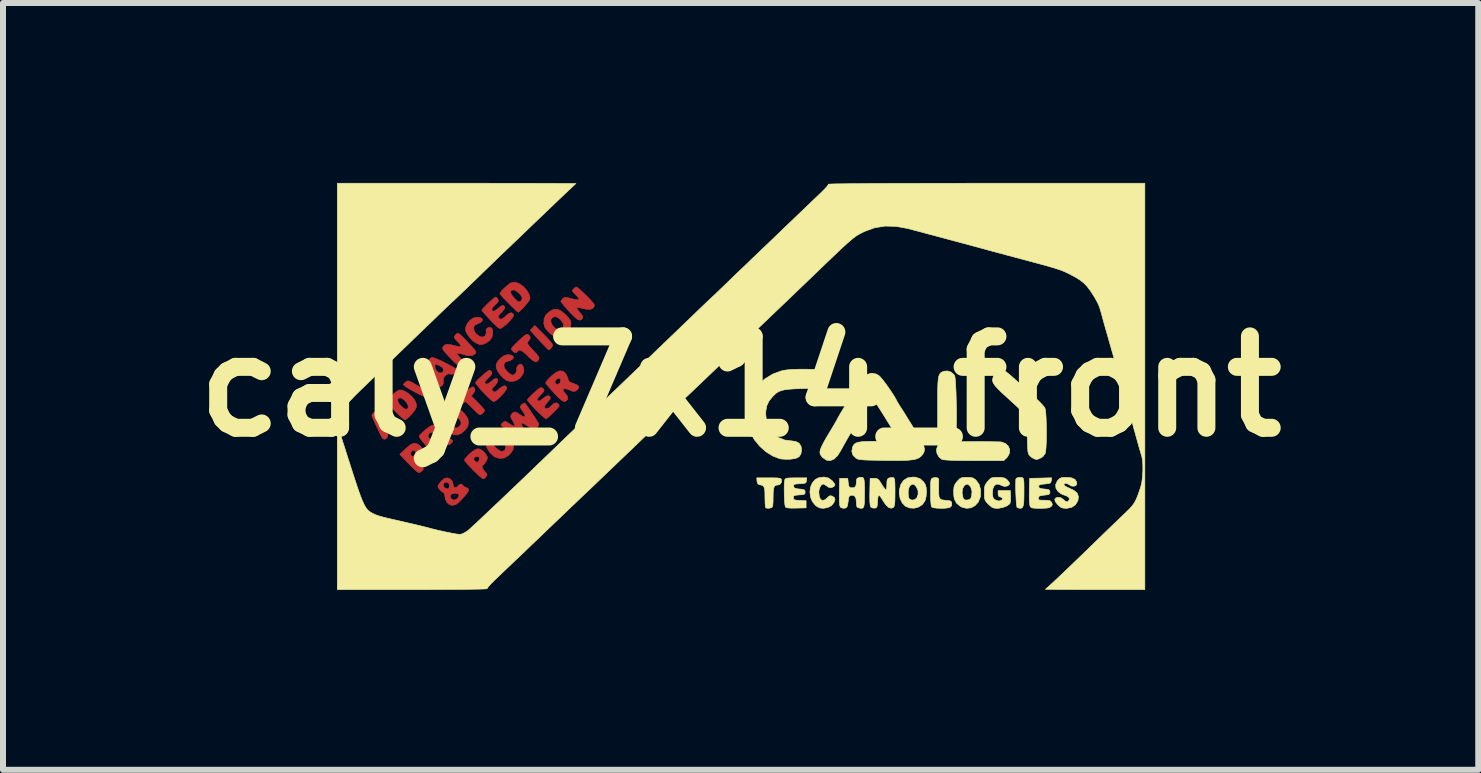
<source format=kicad_pcb>
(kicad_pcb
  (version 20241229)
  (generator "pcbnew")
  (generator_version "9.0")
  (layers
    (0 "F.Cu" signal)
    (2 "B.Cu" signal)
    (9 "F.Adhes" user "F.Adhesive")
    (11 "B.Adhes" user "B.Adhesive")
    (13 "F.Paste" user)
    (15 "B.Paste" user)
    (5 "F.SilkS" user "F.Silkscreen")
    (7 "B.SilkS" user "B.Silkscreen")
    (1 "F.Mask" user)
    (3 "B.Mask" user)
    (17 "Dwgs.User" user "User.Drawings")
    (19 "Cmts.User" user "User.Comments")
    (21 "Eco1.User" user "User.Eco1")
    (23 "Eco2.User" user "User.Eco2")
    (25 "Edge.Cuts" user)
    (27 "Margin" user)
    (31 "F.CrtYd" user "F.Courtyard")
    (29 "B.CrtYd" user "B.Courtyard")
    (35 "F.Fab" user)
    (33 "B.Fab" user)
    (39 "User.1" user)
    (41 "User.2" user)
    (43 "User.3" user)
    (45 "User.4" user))
  (footprint "caly_7x14_front"
    (layer "F.Cu")
    (at 9.296 3.392)
    (property "Reference" "caly_7x14_front" (at 0 0 0) (layer "F.SilkS") (effects (font (size 1.524 1.524) (thickness 0.3))))
    (attr through_hole)
    (fp_poly (pts (xy -3.282 -0.869) (xy -3.223 -0.808) (xy -3.175 -0.753) (xy -3.144 -0.712) (xy -3.133 -0.688) (xy -3.145 -0.655) (xy -3.172 -0.624) (xy -3.2 -0.61) (xy -3.215 -0.622) (xy -3.246 -0.653) (xy -3.29 -0.698) (xy -3.319 -0.729) (xy -3.372 -0.787) (xy -3.421 -0.84) (xy -3.457 -0.88) (xy -3.468 -0.892) (xy -3.507 -0.936) (xy -3.469 -0.976) (xy -3.431 -1.017) (xy -3.282 -0.869)) (stroke (width 0.01) (type solid)) (fill yes) (layer "F.Cu"))
    (fp_poly (pts (xy -4.431 0.032) (xy -4.429 0.071) (xy -4.453 0.113) (xy -4.489 0.159) (xy -4.378 0.27) (xy -4.329 0.321) (xy -4.292 0.364) (xy -4.27 0.393) (xy -4.267 0.4) (xy -4.28 0.426) (xy -4.308 0.454) (xy -4.338 0.473) (xy -4.346 0.474) (xy -4.365 0.463) (xy -4.4 0.432) (xy -4.446 0.388) (xy -4.469 0.364) (xy -4.517 0.315) (xy -4.558 0.278) (xy -4.583 0.257) (xy -4.589 0.254) (xy -4.609 0.266) (xy -4.623 0.279) (xy -4.655 0.3) (xy -4.691 0.3) (xy -4.722 0.284) (xy -4.736 0.257) (xy -4.73 0.231) (xy -4.705 0.199) (xy -4.665 0.158) (xy -4.615 0.113) (xy -4.563 0.069) (xy -4.515 0.033) (xy -4.478 0.011) (xy -4.461 0.006) (xy -4.431 0.032)) (stroke (width 0.01) (type solid)) (fill yes) (layer "F.Cu"))
    (fp_poly (pts (xy -3.539 -0.864) (xy -3.51 -0.833) (xy -3.509 -0.793) (xy -3.531 -0.762) (xy -3.549 -0.742) (xy -3.552 -0.721) (xy -3.538 -0.692) (xy -3.505 -0.651) (xy -3.453 -0.595) (xy -3.403 -0.542) (xy -3.374 -0.506) (xy -3.362 -0.481) (xy -3.362 -0.46) (xy -3.368 -0.447) (xy -3.389 -0.417) (xy -3.418 -0.41) (xy -3.458 -0.429) (xy -3.512 -0.473) (xy -3.548 -0.508) (xy -3.614 -0.569) (xy -3.664 -0.602) (xy -3.698 -0.607) (xy -3.719 -0.584) (xy -3.719 -0.584) (xy -3.741 -0.561) (xy -3.773 -0.568) (xy -3.803 -0.594) (xy -3.816 -0.611) (xy -3.82 -0.626) (xy -3.812 -0.645) (xy -3.787 -0.674) (xy -3.744 -0.717) (xy -3.704 -0.756) (xy -3.644 -0.812) (xy -3.603 -0.847) (xy -3.574 -0.865) (xy -3.554 -0.869) (xy -3.539 -0.864)) (stroke (width 0.01) (type solid)) (fill yes) (layer "F.Cu"))
    (fp_poly (pts (xy -5.366 0.973) (xy -5.335 1) (xy -5.294 1.055) (xy -5.287 1.109) (xy -5.312 1.164) (xy -5.326 1.182) (xy -5.358 1.228) (xy -5.364 1.263) (xy -5.343 1.301) (xy -5.323 1.324) (xy -5.294 1.356) (xy -5.288 1.376) (xy -5.301 1.397) (xy -5.308 1.405) (xy -5.341 1.43) (xy -5.366 1.437) (xy -5.388 1.425) (xy -5.427 1.392) (xy -5.478 1.344) (xy -5.535 1.286) (xy -5.537 1.284) (xy -5.681 1.132) (xy -5.662 1.114) (xy -5.502 1.114) (xy -5.497 1.144) (xy -5.477 1.166) (xy -5.45 1.162) (xy -5.429 1.137) (xy -5.422 1.113) (xy -5.423 1.079) (xy -5.441 1.067) (xy -5.452 1.067) (xy -5.487 1.08) (xy -5.502 1.114) (xy -5.662 1.114) (xy -5.585 1.04) (xy -5.518 0.982) (xy -5.462 0.952) (xy -5.413 0.949) (xy -5.366 0.973)) (stroke (width 0.01) (type solid)) (fill yes) (layer "F.Cu"))
    (fp_poly (pts (xy -4.336 -1.147) (xy -4.306 -1.125) (xy -4.306 -1.097) (xy -4.335 -1.067) (xy -4.386 -1.043) (xy -4.429 -1.023) (xy -4.447 -0.994) (xy -4.451 -0.976) (xy -4.441 -0.924) (xy -4.406 -0.874) (xy -4.353 -0.835) (xy -4.337 -0.827) (xy -4.291 -0.824) (xy -4.256 -0.847) (xy -4.24 -0.889) (xy -4.242 -0.915) (xy -4.243 -0.951) (xy -4.219 -0.974) (xy -4.211 -0.978) (xy -4.17 -0.986) (xy -4.144 -0.967) (xy -4.133 -0.918) (xy -4.132 -0.89) (xy -4.145 -0.819) (xy -4.185 -0.763) (xy -4.246 -0.722) (xy -4.305 -0.699) (xy -4.356 -0.7) (xy -4.414 -0.725) (xy -4.464 -0.761) (xy -4.515 -0.814) (xy -4.557 -0.872) (xy -4.582 -0.923) (xy -4.583 -0.926) (xy -4.582 -0.987) (xy -4.556 -1.049) (xy -4.511 -1.103) (xy -4.454 -1.141) (xy -4.394 -1.155) (xy -4.336 -1.147)) (stroke (width 0.01) (type solid)) (fill yes) (layer "F.Cu"))
    (fp_poly (pts (xy -5.317 -0.295) (xy -5.301 -0.27) (xy -5.275 -0.223) (xy -5.243 -0.161) (xy -5.21 -0.091) (xy -5.179 -0.023) (xy -5.153 0.037) (xy -5.135 0.082) (xy -5.131 0.1) (xy -5.145 0.139) (xy -5.18 0.171) (xy -5.222 0.185) (xy -5.225 0.185) (xy -5.252 0.177) (xy -5.302 0.156) (xy -5.367 0.125) (xy -5.439 0.088) (xy -5.51 0.049) (xy -5.567 0.014) (xy -5.606 -0.013) (xy -5.621 -0.029) (xy -5.622 -0.029) (xy -5.609 -0.053) (xy -5.58 -0.077) (xy -5.558 -0.09) (xy -5.537 -0.092) (xy -5.508 -0.083) (xy -5.465 -0.06) (xy -5.423 -0.035) (xy -5.367 -0.003) (xy -5.323 0.021) (xy -5.297 0.033) (xy -5.295 0.034) (xy -5.284 0.025) (xy -5.291 -0.005) (xy -5.316 -0.058) (xy -5.342 -0.104) (xy -5.372 -0.158) (xy -5.394 -0.202) (xy -5.402 -0.227) (xy -5.402 -0.227) (xy -5.391 -0.255) (xy -5.365 -0.282) (xy -5.336 -0.297) (xy -5.317 -0.295)) (stroke (width 0.01) (type solid)) (fill yes) (layer "F.Cu"))
    (fp_poly (pts (xy -4.714 0.366) (xy -4.64 0.417) (xy -4.605 0.454) (xy -4.564 0.505) (xy -4.544 0.546) (xy -4.538 0.592) (xy -4.538 0.6) (xy -4.544 0.654) (xy -4.567 0.698) (xy -4.593 0.727) (xy -4.658 0.783) (xy -4.718 0.808) (xy -4.779 0.805) (xy -4.85 0.773) (xy -4.854 0.77) (xy -4.927 0.712) (xy -4.973 0.643) (xy -4.993 0.57) (xy -4.991 0.545) (xy -4.877 0.545) (xy -4.865 0.576) (xy -4.836 0.617) (xy -4.799 0.657) (xy -4.763 0.686) (xy -4.74 0.694) (xy -4.712 0.684) (xy -4.688 0.666) (xy -4.661 0.631) (xy -4.662 0.591) (xy -4.685 0.549) (xy -4.714 0.517) (xy -4.755 0.485) (xy -4.796 0.462) (xy -4.815 0.457) (xy -4.839 0.471) (xy -4.862 0.502) (xy -4.876 0.537) (xy -4.877 0.545) (xy -4.991 0.545) (xy -4.988 0.498) (xy -4.956 0.433) (xy -4.898 0.381) (xy -4.863 0.363) (xy -4.788 0.348) (xy -4.714 0.366)) (stroke (width 0.01) (type solid)) (fill yes) (layer "F.Cu"))
    (fp_poly (pts (xy -3.989 0.75) (xy -3.944 0.77) (xy -3.901 0.803) (xy -3.854 0.852) (xy -3.814 0.908) (xy -3.802 0.929) (xy -3.784 0.995) (xy -3.794 1.056) (xy -3.835 1.116) (xy -3.872 1.152) (xy -3.942 1.193) (xy -4.017 1.201) (xy -4.093 1.177) (xy -4.107 1.169) (xy -4.179 1.105) (xy -4.228 1.025) (xy -4.246 0.954) (xy -4.247 0.941) (xy -4.132 0.941) (xy -4.119 0.976) (xy -4.086 1.017) (xy -4.044 1.054) (xy -4.002 1.079) (xy -3.982 1.084) (xy -3.945 1.073) (xy -3.932 1.063) (xy -3.913 1.023) (xy -3.923 0.972) (xy -3.96 0.917) (xy -3.961 0.916) (xy -4.01 0.878) (xy -4.059 0.864) (xy -4.1 0.875) (xy -4.126 0.907) (xy -4.132 0.941) (xy -4.247 0.941) (xy -4.249 0.91) (xy -4.241 0.878) (xy -4.217 0.844) (xy -4.187 0.813) (xy -4.142 0.773) (xy -4.106 0.752) (xy -4.063 0.745) (xy -4.044 0.745) (xy -3.989 0.75)) (stroke (width 0.01) (type solid)) (fill yes) (layer "F.Cu"))
    (fp_poly (pts (xy -3.002 -1.265) (xy -2.936 -1.213) (xy -2.918 -1.196) (xy -2.87 -1.146) (xy -2.843 -1.108) (xy -2.83 -1.075) (xy -2.828 -1.043) (xy -2.842 -0.957) (xy -2.883 -0.891) (xy -2.946 -0.848) (xy -3.029 -0.83) (xy -3.036 -0.83) (xy -3.085 -0.833) (xy -3.122 -0.844) (xy -3.16 -0.871) (xy -3.195 -0.902) (xy -3.24 -0.95) (xy -3.265 -0.989) (xy -3.277 -1.034) (xy -3.279 -1.051) (xy -3.278 -1.079) (xy -3.164 -1.079) (xy -3.139 -1.023) (xy -3.095 -0.974) (xy -3.046 -0.949) (xy -3 -0.95) (xy -2.989 -0.956) (xy -2.96 -0.984) (xy -2.949 -1.006) (xy -2.956 -1.047) (xy -2.985 -1.094) (xy -3.029 -1.137) (xy -3.04 -1.145) (xy -3.08 -1.163) (xy -3.117 -1.158) (xy -3.125 -1.154) (xy -3.159 -1.124) (xy -3.164 -1.079) (xy -3.278 -1.079) (xy -3.276 -1.13) (xy -3.246 -1.193) (xy -3.187 -1.247) (xy -3.185 -1.248) (xy -3.121 -1.282) (xy -3.062 -1.288) (xy -3.002 -1.265)) (stroke (width 0.01) (type solid)) (fill yes) (layer "F.Cu"))
    (fp_poly (pts (xy -5.864 0.482) (xy -5.79 0.522) (xy -5.728 0.558) (xy -5.683 0.586) (xy -5.661 0.604) (xy -5.66 0.605) (xy -5.662 0.639) (xy -5.689 0.664) (xy -5.732 0.673) (xy -5.751 0.672) (xy -5.804 0.678) (xy -5.849 0.708) (xy -5.876 0.753) (xy -5.879 0.79) (xy -5.883 0.833) (xy -5.904 0.866) (xy -5.933 0.88) (xy -5.962 0.872) (xy -5.972 0.859) (xy -5.991 0.826) (xy -6.017 0.773) (xy -6.048 0.709) (xy -6.08 0.642) (xy -6.109 0.578) (xy -6.11 0.577) (xy -6.006 0.577) (xy -5.979 0.617) (xy -5.975 0.621) (xy -5.944 0.646) (xy -5.921 0.645) (xy -5.915 0.641) (xy -5.896 0.618) (xy -5.893 0.609) (xy -5.907 0.581) (xy -5.939 0.555) (xy -5.974 0.542) (xy -5.979 0.542) (xy -6.006 0.551) (xy -6.006 0.577) (xy -6.11 0.577) (xy -6.132 0.525) (xy -6.145 0.492) (xy -6.147 0.485) (xy -6.135 0.459) (xy -6.107 0.426) (xy -6.103 0.422) (xy -6.06 0.381) (xy -5.864 0.482)) (stroke (width 0.01) (type solid)) (fill yes) (layer "F.Cu"))
    (fp_poly (pts (xy -5.646 0.061) (xy -5.59 0.084) (xy -5.53 0.124) (xy -5.474 0.174) (xy -5.432 0.23) (xy -5.426 0.24) (xy -5.405 0.295) (xy -5.405 0.344) (xy -5.43 0.395) (xy -5.48 0.457) (xy -5.489 0.467) (xy -5.533 0.511) (xy -5.571 0.544) (xy -5.594 0.559) (xy -5.596 0.559) (xy -5.614 0.547) (xy -5.651 0.516) (xy -5.701 0.47) (xy -5.759 0.413) (xy -5.764 0.407) (xy -5.831 0.337) (xy -5.874 0.286) (xy -5.896 0.252) (xy -5.898 0.238) (xy -5.718 0.238) (xy -5.697 0.282) (xy -5.662 0.324) (xy -5.61 0.369) (xy -5.572 0.383) (xy -5.548 0.367) (xy -5.54 0.341) (xy -5.548 0.302) (xy -5.577 0.258) (xy -5.616 0.219) (xy -5.656 0.194) (xy -5.681 0.19) (xy -5.713 0.206) (xy -5.718 0.238) (xy -5.898 0.238) (xy -5.899 0.233) (xy -5.898 0.232) (xy -5.874 0.203) (xy -5.832 0.163) (xy -5.782 0.121) (xy -5.734 0.085) (xy -5.698 0.062) (xy -5.691 0.06) (xy -5.646 0.061)) (stroke (width 0.01) (type solid)) (fill yes) (layer "F.Cu"))
    (fp_poly (pts (xy -3.829 -0.524) (xy -3.802 -0.508) (xy -3.785 -0.489) (xy -3.791 -0.469) (xy -3.804 -0.455) (xy -3.84 -0.43) (xy -3.869 -0.423) (xy -3.916 -0.411) (xy -3.942 -0.38) (xy -3.945 -0.336) (xy -3.925 -0.287) (xy -3.882 -0.238) (xy -3.882 -0.238) (xy -3.842 -0.208) (xy -3.81 -0.189) (xy -3.8 -0.186) (xy -3.769 -0.201) (xy -3.742 -0.234) (xy -3.731 -0.272) (xy -3.733 -0.285) (xy -3.73 -0.323) (xy -3.704 -0.357) (xy -3.667 -0.372) (xy -3.664 -0.373) (xy -3.64 -0.358) (xy -3.621 -0.32) (xy -3.613 -0.272) (xy -3.616 -0.235) (xy -3.635 -0.195) (xy -3.67 -0.15) (xy -3.685 -0.136) (xy -3.734 -0.101) (xy -3.785 -0.086) (xy -3.819 -0.085) (xy -3.868 -0.088) (xy -3.908 -0.103) (xy -3.95 -0.136) (xy -3.968 -0.152) (xy -4.017 -0.206) (xy -4.054 -0.263) (xy -4.063 -0.286) (xy -4.076 -0.333) (xy -4.073 -0.368) (xy -4.054 -0.408) (xy -4.005 -0.469) (xy -3.947 -0.511) (xy -3.886 -0.531) (xy -3.829 -0.524)) (stroke (width 0.01) (type solid)) (fill yes) (layer "F.Cu"))
    (fp_poly (pts (xy -3.702 -1.72) (xy -3.629 -1.671) (xy -3.619 -1.662) (xy -3.561 -1.598) (xy -3.524 -1.533) (xy -3.511 -1.474) (xy -3.515 -1.451) (xy -3.53 -1.425) (xy -3.56 -1.385) (xy -3.6 -1.339) (xy -3.641 -1.294) (xy -3.678 -1.258) (xy -3.703 -1.238) (xy -3.708 -1.236) (xy -3.723 -1.247) (xy -3.757 -1.278) (xy -3.804 -1.324) (xy -3.861 -1.38) (xy -3.865 -1.385) (xy -3.922 -1.443) (xy -3.969 -1.493) (xy -4.001 -1.531) (xy -4.013 -1.55) (xy -4.013 -1.55) (xy -4.001 -1.572) (xy -4 -1.573) (xy -3.837 -1.573) (xy -3.819 -1.53) (xy -3.782 -1.483) (xy -3.737 -1.435) (xy -3.706 -1.412) (xy -3.682 -1.411) (xy -3.661 -1.426) (xy -3.643 -1.459) (xy -3.641 -1.473) (xy -3.654 -1.508) (xy -3.687 -1.548) (xy -3.73 -1.584) (xy -3.771 -1.606) (xy -3.787 -1.609) (xy -3.826 -1.6) (xy -3.837 -1.573) (xy -4 -1.573) (xy -3.971 -1.607) (xy -3.929 -1.648) (xy -3.885 -1.687) (xy -3.845 -1.717) (xy -3.83 -1.726) (xy -3.77 -1.739) (xy -3.702 -1.72)) (stroke (width 0.01) (type solid)) (fill yes) (layer "F.Cu"))
    (fp_poly (pts (xy -5.121 -0.479) (xy -5.073 -0.462) (xy -5.01 -0.434) (xy -4.94 -0.401) (xy -4.87 -0.365) (xy -4.807 -0.331) (xy -4.759 -0.301) (xy -4.732 -0.279) (xy -4.729 -0.275) (xy -4.734 -0.248) (xy -4.76 -0.222) (xy -4.795 -0.204) (xy -4.827 -0.204) (xy -4.83 -0.205) (xy -4.87 -0.21) (xy -4.91 -0.191) (xy -4.943 -0.156) (xy -4.958 -0.115) (xy -4.954 -0.091) (xy -4.955 -0.051) (xy -4.977 -0.013) (xy -5.004 0.006) (xy -5.019 0.003) (xy -5.038 -0.017) (xy -5.064 -0.06) (xy -5.1 -0.127) (xy -5.13 -0.189) (xy -5.17 -0.272) (xy -5.197 -0.331) (xy -5.199 -0.338) (xy -5.097 -0.338) (xy -5.086 -0.287) (xy -5.059 -0.248) (xy -5.023 -0.226) (xy -4.986 -0.227) (xy -4.963 -0.243) (xy -4.952 -0.279) (xy -4.971 -0.315) (xy -5.017 -0.347) (xy -5.063 -0.367) (xy -5.087 -0.369) (xy -5.096 -0.351) (xy -5.097 -0.338) (xy -5.199 -0.338) (xy -5.212 -0.371) (xy -5.217 -0.398) (xy -5.213 -0.417) (xy -5.204 -0.434) (xy -5.174 -0.467) (xy -5.147 -0.483) (xy -5.121 -0.479)) (stroke (width 0.01) (type solid)) (fill yes) (layer "F.Cu"))
    (fp_poly (pts (xy -4.334 1.05) (xy -4.293 1.078) (xy -4.254 1.121) (xy -4.248 1.13) (xy -4.225 1.17) (xy -4.22 1.197) (xy -4.232 1.228) (xy -4.242 1.247) (xy -4.264 1.283) (xy -4.282 1.303) (xy -4.285 1.304) (xy -4.301 1.317) (xy -4.308 1.332) (xy -4.304 1.366) (xy -4.269 1.412) (xy -4.268 1.413) (xy -4.237 1.448) (xy -4.227 1.47) (xy -4.236 1.493) (xy -4.243 1.503) (xy -4.27 1.532) (xy -4.291 1.541) (xy -4.311 1.529) (xy -4.349 1.498) (xy -4.399 1.452) (xy -4.456 1.396) (xy -4.511 1.338) (xy -4.558 1.288) (xy -4.59 1.252) (xy -4.604 1.234) (xy -4.596 1.211) (xy -4.591 1.205) (xy -4.45 1.205) (xy -4.44 1.236) (xy -4.427 1.247) (xy -4.39 1.265) (xy -4.366 1.251) (xy -4.355 1.214) (xy -4.356 1.181) (xy -4.376 1.169) (xy -4.394 1.168) (xy -4.433 1.179) (xy -4.45 1.205) (xy -4.591 1.205) (xy -4.568 1.175) (xy -4.527 1.133) (xy -4.48 1.092) (xy -4.44 1.064) (xy -4.398 1.042) (xy -4.366 1.04) (xy -4.334 1.05)) (stroke (width 0.01) (type solid)) (fill yes) (layer "F.Cu"))
    (fp_poly (pts (xy -2.956 -0.251) (xy -2.913 -0.212) (xy -2.884 -0.147) (xy -2.88 -0.132) (xy -2.869 -0.097) (xy -2.847 -0.074) (xy -2.805 -0.056) (xy -2.786 -0.05) (xy -2.727 -0.026) (xy -2.699 -0.002) (xy -2.701 0.027) (xy -2.719 0.052) (xy -2.758 0.08) (xy -2.804 0.08) (xy -2.856 0.059) (xy -2.912 0.037) (xy -2.948 0.037) (xy -2.962 0.054) (xy -2.949 0.087) (xy -2.921 0.119) (xy -2.885 0.166) (xy -2.882 0.208) (xy -2.899 0.234) (xy -2.923 0.25) (xy -2.951 0.249) (xy -2.987 0.229) (xy -3.035 0.187) (xy -3.098 0.121) (xy -3.11 0.108) (xy -3.163 0.049) (xy -3.207 -0.001) (xy -3.237 -0.038) (xy -3.249 -0.054) (xy -3.247 -0.058) (xy -3.092 -0.058) (xy -3.071 -0.036) (xy -3.04 -0.037) (xy -3.013 -0.057) (xy -3 -0.089) (xy -3.002 -0.123) (xy -3.02 -0.135) (xy -3.028 -0.135) (xy -3.067 -0.123) (xy -3.091 -0.093) (xy -3.092 -0.058) (xy -3.247 -0.058) (xy -3.241 -0.076) (xy -3.214 -0.111) (xy -3.174 -0.154) (xy -3.127 -0.196) (xy -3.081 -0.231) (xy -3.069 -0.239) (xy -3.01 -0.261) (xy -2.956 -0.251)) (stroke (width 0.01) (type solid)) (fill yes) (layer "F.Cu"))
    (fp_poly (pts (xy -2.718 -1.648) (xy -2.681 -1.617) (xy -2.632 -1.571) (xy -2.574 -1.515) (xy -2.571 -1.513) (xy -2.508 -1.449) (xy -2.467 -1.403) (xy -2.444 -1.372) (xy -2.436 -1.35) (xy -2.44 -1.335) (xy -2.469 -1.299) (xy -2.51 -1.283) (xy -2.569 -1.287) (xy -2.615 -1.297) (xy -2.67 -1.31) (xy -2.713 -1.317) (xy -2.731 -1.317) (xy -2.73 -1.302) (xy -2.711 -1.271) (xy -2.684 -1.238) (xy -2.646 -1.193) (xy -2.631 -1.163) (xy -2.634 -1.141) (xy -2.636 -1.137) (xy -2.658 -1.111) (xy -2.685 -1.105) (xy -2.719 -1.118) (xy -2.765 -1.155) (xy -2.826 -1.216) (xy -2.859 -1.251) (xy -2.912 -1.311) (xy -2.956 -1.362) (xy -2.986 -1.4) (xy -2.997 -1.418) (xy -2.997 -1.418) (xy -2.986 -1.44) (xy -2.964 -1.464) (xy -2.938 -1.482) (xy -2.91 -1.486) (xy -2.865 -1.476) (xy -2.858 -1.474) (xy -2.774 -1.452) (xy -2.72 -1.444) (xy -2.695 -1.449) (xy -2.698 -1.469) (xy -2.726 -1.505) (xy -2.754 -1.533) (xy -2.789 -1.569) (xy -2.803 -1.592) (xy -2.799 -1.61) (xy -2.785 -1.626) (xy -2.756 -1.651) (xy -2.737 -1.659) (xy -2.718 -1.648)) (stroke (width 0.01) (type solid)) (fill yes) (layer "F.Cu"))
    (fp_poly (pts (xy -4.163 -0.258) (xy -4.15 -0.24) (xy -4.145 -0.217) (xy -4.158 -0.19) (xy -4.192 -0.153) (xy -4.2 -0.145) (xy -4.245 -0.1) (xy -4.264 -0.07) (xy -4.259 -0.05) (xy -4.241 -0.04) (xy -4.21 -0.045) (xy -4.168 -0.075) (xy -4.159 -0.082) (xy -4.12 -0.115) (xy -4.085 -0.134) (xy -4.076 -0.135) (xy -4.052 -0.124) (xy -4.048 -0.094) (xy -4.062 -0.055) (xy -4.093 -0.015) (xy -4.098 -0.011) (xy -4.135 0.026) (xy -4.147 0.052) (xy -4.134 0.075) (xy -4.123 0.085) (xy -4.104 0.093) (xy -4.08 0.085) (xy -4.042 0.055) (xy -4.029 0.043) (xy -3.974 0.002) (xy -3.932 -0.012) (xy -3.905 0.003) (xy -3.897 0.023) (xy -3.906 0.05) (xy -3.934 0.091) (xy -3.975 0.138) (xy -4.021 0.186) (xy -4.065 0.225) (xy -4.102 0.25) (xy -4.117 0.254) (xy -4.139 0.242) (xy -4.178 0.21) (xy -4.228 0.162) (xy -4.282 0.106) (xy -4.336 0.047) (xy -4.38 -0.005) (xy -4.409 -0.043) (xy -4.42 -0.062) (xy -4.407 -0.082) (xy -4.376 -0.116) (xy -4.332 -0.157) (xy -4.284 -0.2) (xy -4.238 -0.238) (xy -4.202 -0.263) (xy -4.185 -0.271) (xy -4.163 -0.258)) (stroke (width 0.01) (type solid)) (fill yes) (layer "F.Cu"))
    (fp_poly (pts (xy -4.062 -1.477) (xy -4.046 -1.454) (xy -4.038 -1.429) (xy -4.046 -1.406) (xy -4.076 -1.375) (xy -4.088 -1.365) (xy -4.128 -1.323) (xy -4.147 -1.287) (xy -4.143 -1.261) (xy -4.12 -1.253) (xy -4.091 -1.264) (xy -4.052 -1.292) (xy -4.036 -1.306) (xy -3.993 -1.34) (xy -3.959 -1.35) (xy -3.955 -1.349) (xy -3.931 -1.327) (xy -3.938 -1.293) (xy -3.976 -1.244) (xy -3.991 -1.23) (xy -4.027 -1.193) (xy -4.041 -1.169) (xy -4.036 -1.15) (xy -4.031 -1.144) (xy -4.007 -1.123) (xy -3.981 -1.122) (xy -3.947 -1.145) (xy -3.909 -1.179) (xy -3.857 -1.22) (xy -3.817 -1.229) (xy -3.789 -1.207) (xy -3.782 -1.193) (xy -3.788 -1.169) (xy -3.815 -1.131) (xy -3.855 -1.085) (xy -3.902 -1.039) (xy -3.948 -1) (xy -3.988 -0.973) (xy -4.01 -0.965) (xy -4.034 -0.977) (xy -4.074 -1.01) (xy -4.126 -1.059) (xy -4.175 -1.111) (xy -4.228 -1.169) (xy -4.273 -1.218) (xy -4.303 -1.253) (xy -4.314 -1.269) (xy -4.305 -1.285) (xy -4.277 -1.318) (xy -4.236 -1.359) (xy -4.19 -1.404) (xy -4.145 -1.445) (xy -4.108 -1.475) (xy -4.085 -1.49) (xy -4.083 -1.49) (xy -4.062 -1.477)) (stroke (width 0.01) (type solid)) (fill yes) (layer "F.Cu"))
    (fp_poly (pts (xy -4.698 -0.882) (xy -4.674 -0.864) (xy -4.639 -0.831) (xy -4.588 -0.779) (xy -4.519 -0.705) (xy -4.513 -0.699) (xy -4.46 -0.642) (xy -4.428 -0.605) (xy -4.414 -0.581) (xy -4.413 -0.564) (xy -4.423 -0.548) (xy -4.428 -0.542) (xy -4.472 -0.514) (xy -4.534 -0.511) (xy -4.617 -0.531) (xy -4.623 -0.533) (xy -4.686 -0.552) (xy -4.72 -0.554) (xy -4.725 -0.539) (xy -4.701 -0.505) (xy -4.663 -0.465) (xy -4.627 -0.427) (xy -4.612 -0.401) (xy -4.615 -0.376) (xy -4.62 -0.363) (xy -4.645 -0.333) (xy -4.669 -0.324) (xy -4.692 -0.337) (xy -4.732 -0.369) (xy -4.783 -0.417) (xy -4.84 -0.475) (xy -4.9 -0.539) (xy -4.939 -0.583) (xy -4.961 -0.614) (xy -4.968 -0.636) (xy -4.965 -0.654) (xy -4.963 -0.658) (xy -4.932 -0.692) (xy -4.886 -0.703) (xy -4.819 -0.693) (xy -4.818 -0.692) (xy -4.76 -0.678) (xy -4.708 -0.667) (xy -4.701 -0.665) (xy -4.669 -0.661) (xy -4.662 -0.671) (xy -4.67 -0.688) (xy -4.695 -0.721) (xy -4.73 -0.759) (xy -4.731 -0.761) (xy -4.766 -0.8) (xy -4.772 -0.832) (xy -4.75 -0.864) (xy -4.743 -0.87) (xy -4.729 -0.882) (xy -4.715 -0.887) (xy -4.698 -0.882)) (stroke (width 0.01) (type solid)) (fill yes) (layer "F.Cu"))
    (fp_poly (pts (xy -3.3 0.029) (xy -3.284 0.043) (xy -3.276 0.062) (xy -3.283 0.084) (xy -3.31 0.117) (xy -3.334 0.142) (xy -3.373 0.184) (xy -3.39 0.21) (xy -3.388 0.227) (xy -3.381 0.235) (xy -3.36 0.244) (xy -3.334 0.233) (xy -3.297 0.204) (xy -3.242 0.164) (xy -3.201 0.154) (xy -3.175 0.173) (xy -3.172 0.18) (xy -3.177 0.213) (xy -3.214 0.256) (xy -3.215 0.256) (xy -3.248 0.294) (xy -3.267 0.33) (xy -3.268 0.338) (xy -3.257 0.366) (xy -3.23 0.372) (xy -3.192 0.356) (xy -3.155 0.322) (xy -3.109 0.281) (xy -3.067 0.273) (xy -3.031 0.297) (xy -3.024 0.313) (xy -3.03 0.333) (xy -3.054 0.364) (xy -3.098 0.411) (xy -3.119 0.432) (xy -3.169 0.48) (xy -3.211 0.518) (xy -3.238 0.539) (xy -3.244 0.542) (xy -3.262 0.53) (xy -3.298 0.499) (xy -3.347 0.453) (xy -3.404 0.397) (xy -3.408 0.393) (xy -3.465 0.335) (xy -3.511 0.284) (xy -3.543 0.247) (xy -3.556 0.227) (xy -3.556 0.227) (xy -3.544 0.207) (xy -3.513 0.172) (xy -3.47 0.13) (xy -3.422 0.087) (xy -3.377 0.049) (xy -3.342 0.024) (xy -3.326 0.017) (xy -3.3 0.029)) (stroke (width 0.01) (type solid)) (fill yes) (layer "F.Cu"))
    (fp_poly (pts (xy -5.063 0.659) (xy -5.02 0.699) (xy -4.997 0.754) (xy -4.995 0.776) (xy -4.99 0.816) (xy -4.971 0.83) (xy -4.966 0.83) (xy -4.933 0.837) (xy -4.885 0.854) (xy -4.863 0.864) (xy -4.82 0.885) (xy -4.802 0.902) (xy -4.805 0.922) (xy -4.809 0.931) (xy -4.845 0.966) (xy -4.902 0.975) (xy -4.976 0.957) (xy -5.024 0.942) (xy -5.058 0.932) (xy -5.065 0.931) (xy -5.08 0.942) (xy -5.074 0.969) (xy -5.049 1.004) (xy -5.037 1.017) (xy -5.004 1.063) (xy -5.005 1.106) (xy -5.037 1.144) (xy -5.04 1.146) (xy -5.056 1.154) (xy -5.072 1.154) (xy -5.094 1.141) (xy -5.125 1.113) (xy -5.171 1.066) (xy -5.222 1.01) (xy -5.286 0.938) (xy -5.331 0.881) (xy -5.353 0.846) (xy -5.207 0.846) (xy -5.184 0.874) (xy -5.149 0.878) (xy -5.115 0.856) (xy -5.115 0.856) (xy -5.099 0.818) (xy -5.109 0.784) (xy -5.141 0.765) (xy -5.141 0.765) (xy -5.182 0.774) (xy -5.207 0.804) (xy -5.207 0.846) (xy -5.353 0.846) (xy -5.355 0.843) (xy -5.358 0.828) (xy -5.341 0.805) (xy -5.305 0.769) (xy -5.259 0.726) (xy -5.256 0.724) (xy -5.189 0.672) (xy -5.138 0.647) (xy -5.117 0.643) (xy -5.063 0.659)) (stroke (width 0.01) (type solid)) (fill yes) (layer "F.Cu"))
    (fp_poly (pts (xy -4.844 1.539) (xy -4.807 1.579) (xy -4.792 1.634) (xy -4.792 1.638) (xy -4.781 1.676) (xy -4.755 1.688) (xy -4.723 1.673) (xy -4.714 1.662) (xy -4.682 1.632) (xy -4.651 1.628) (xy -4.63 1.649) (xy -4.607 1.672) (xy -4.581 1.683) (xy -4.549 1.696) (xy -4.534 1.715) (xy -4.539 1.743) (xy -4.565 1.785) (xy -4.613 1.842) (xy -4.684 1.919) (xy -4.691 1.926) (xy -4.75 1.97) (xy -4.808 1.983) (xy -4.862 1.965) (xy -4.893 1.937) (xy -4.919 1.884) (xy -4.928 1.834) (xy -4.93 1.822) (xy -4.842 1.822) (xy -4.834 1.859) (xy -4.825 1.872) (xy -4.788 1.895) (xy -4.746 1.887) (xy -4.717 1.863) (xy -4.694 1.824) (xy -4.702 1.796) (xy -4.738 1.781) (xy -4.771 1.781) (xy -4.82 1.795) (xy -4.842 1.822) (xy -4.93 1.822) (xy -4.936 1.787) (xy -4.957 1.767) (xy -4.992 1.744) (xy -5.025 1.708) (xy -5.044 1.673) (xy -5.046 1.664) (xy -5.038 1.645) (xy -4.959 1.645) (xy -4.944 1.679) (xy -4.935 1.688) (xy -4.893 1.709) (xy -4.866 1.699) (xy -4.854 1.673) (xy -4.856 1.629) (xy -4.881 1.6) (xy -4.917 1.595) (xy -4.949 1.613) (xy -4.959 1.645) (xy -5.038 1.645) (xy -5.036 1.64) (xy -5.009 1.603) (xy -4.994 1.584) (xy -4.945 1.54) (xy -4.899 1.524) (xy -4.893 1.524) (xy -4.844 1.539)) (stroke (width 0.01) (type solid)) (fill yes) (layer "F.Cu"))
    (fp_poly (pts (xy -3.592 0.281) (xy -3.578 0.299) (xy -3.55 0.339) (xy -3.514 0.393) (xy -3.473 0.454) (xy -3.432 0.515) (xy -3.397 0.569) (xy -3.372 0.608) (xy -3.365 0.62) (xy -3.367 0.644) (xy -3.385 0.679) (xy -3.41 0.711) (xy -3.434 0.728) (xy -3.437 0.728) (xy -3.457 0.719) (xy -3.496 0.696) (xy -3.537 0.669) (xy -3.601 0.628) (xy -3.64 0.61) (xy -3.655 0.615) (xy -3.648 0.645) (xy -3.618 0.699) (xy -3.607 0.717) (xy -3.57 0.783) (xy -3.557 0.831) (xy -3.567 0.866) (xy -3.576 0.877) (xy -3.601 0.893) (xy -3.633 0.893) (xy -3.677 0.877) (xy -3.737 0.842) (xy -3.818 0.786) (xy -3.831 0.777) (xy -3.895 0.729) (xy -3.947 0.689) (xy -3.983 0.659) (xy -3.996 0.644) (xy -3.996 0.644) (xy -3.985 0.625) (xy -3.963 0.602) (xy -3.943 0.586) (xy -3.923 0.583) (xy -3.895 0.596) (xy -3.849 0.625) (xy -3.805 0.651) (xy -3.773 0.664) (xy -3.763 0.662) (xy -3.767 0.639) (xy -3.785 0.598) (xy -3.8 0.571) (xy -3.825 0.526) (xy -3.833 0.498) (xy -3.826 0.475) (xy -3.817 0.461) (xy -3.787 0.431) (xy -3.751 0.427) (xy -3.705 0.451) (xy -3.685 0.466) (xy -3.632 0.499) (xy -3.6 0.507) (xy -3.59 0.491) (xy -3.606 0.452) (xy -3.632 0.413) (xy -3.659 0.375) (xy -3.674 0.347) (xy -3.675 0.342) (xy -3.663 0.318) (xy -3.637 0.294) (xy -3.609 0.279) (xy -3.592 0.281)) (stroke (width 0.01) (type solid)) (fill yes) (layer "F.Cu"))
    (fp_poly (pts (xy 5.616 -0.253) (xy 5.65 -0.239) (xy 5.686 -0.212) (xy 5.688 -0.21) (xy 5.726 -0.169) (xy 5.74 -0.124) (xy 5.741 -0.104) (xy 5.739 -0.078) (xy 5.731 -0.054) (xy 5.713 -0.025) (xy 5.682 0.011) (xy 5.633 0.061) (xy 5.563 0.129) (xy 5.559 0.133) (xy 5.461 0.225) (xy 5.381 0.295) (xy 5.32 0.344) (xy 5.28 0.369) (xy 5.266 0.372) (xy 5.247 0.365) (xy 5.209 0.35) (xy 5.204 0.348) (xy 5.148 0.31) (xy 5.12 0.255) (xy 5.114 0.201) (xy 5.117 0.173) (xy 5.131 0.144) (xy 5.158 0.108) (xy 5.203 0.06) (xy 5.254 0.009) (xy 5.351 -0.086) (xy 5.429 -0.158) (xy 5.491 -0.208) (xy 5.54 -0.24) (xy 5.581 -0.255) (xy 5.616 -0.253)) (stroke (width 0.01) (type solid)) (fill yes) (layer "F.Mask"))
    (fp_poly (pts (xy -0.356 -3.387) (xy -0.083 -3.386) (xy 0.174 -3.386) (xy 0.412 -3.385) (xy 0.631 -3.384) (xy 0.827 -3.383) (xy 1.001 -3.381) (xy 1.149 -3.38) (xy 1.271 -3.378) (xy 1.364 -3.376) (xy 1.428 -3.374) (xy 1.46 -3.372) (xy 1.464 -3.371) (xy 1.456 -3.354) (xy 1.428 -3.32) (xy 1.385 -3.273) (xy 1.343 -3.232) (xy 1.223 -3.118) (xy 1.085 -2.986) (xy 0.935 -2.842) (xy 0.779 -2.692) (xy 0.623 -2.542) (xy 0.594 -2.514) (xy 0.502 -2.426) (xy 0.402 -2.33) (xy 0.301 -2.234) (xy 0.211 -2.147) (xy 0.169 -2.108) (xy 0.081 -2.023) (xy -0.02 -1.926) (xy -0.122 -1.829) (xy -0.212 -1.741) (xy -0.22 -1.733) (xy -0.293 -1.663) (xy -0.362 -1.597) (xy -0.423 -1.539) (xy -0.468 -1.496) (xy -0.483 -1.482) (xy -0.519 -1.448) (xy -0.574 -1.396) (xy -0.64 -1.333) (xy -0.711 -1.264) (xy -0.737 -1.24) (xy -0.907 -1.075) (xy -1.099 -0.891) (xy -1.312 -0.687) (xy -1.547 -0.461) (xy -1.806 -0.213) (xy -1.93 -0.094) (xy -2.048 0.019) (xy -2.186 0.151) (xy -2.341 0.299) (xy -2.509 0.461) (xy -2.686 0.631) (xy -2.869 0.807) (xy -3.054 0.985) (xy -3.218 1.143) (xy -3.418 1.335) (xy -3.606 1.515) (xy -3.78 1.683) (xy -3.941 1.836) (xy -4.086 1.974) (xy -4.214 2.095) (xy -4.324 2.198) (xy -4.415 2.283) (xy -4.485 2.347) (xy -4.533 2.39) (xy -4.555 2.409) (xy -4.6 2.437) (xy -4.646 2.455) (xy -4.699 2.462) (xy -4.765 2.458) (xy -4.849 2.444) (xy -4.959 2.419) (xy -4.987 2.412) (xy -5.077 2.39) (xy -5.161 2.369) (xy -5.229 2.351) (xy -5.275 2.339) (xy -5.283 2.337) (xy -5.32 2.328) (xy -5.383 2.313) (xy -5.464 2.294) (xy -5.556 2.272) (xy -5.605 2.261) (xy -5.738 2.231) (xy -5.842 2.207) (xy -5.923 2.187) (xy -5.984 2.171) (xy -6.03 2.158) (xy -6.066 2.146) (xy -6.097 2.133) (xy -6.126 2.119) (xy -6.139 2.113) (xy -6.169 2.096) (xy -6.195 2.078) (xy -6.22 2.055) (xy -6.244 2.024) (xy -6.268 1.984) (xy -6.294 1.93) (xy -6.322 1.862) (xy -6.355 1.775) (xy -6.392 1.667) (xy -6.435 1.536) (xy -6.486 1.379) (xy -6.546 1.194) (xy -6.57 1.118) (xy -6.598 1.028) (xy -6.625 0.943) (xy -6.648 0.872) (xy -6.663 0.823) (xy -6.666 0.816) (xy -6.687 0.717) (xy -6.687 0.615) (xy -6.664 0.505) (xy -6.618 0.379) (xy -6.609 0.359) (xy -6.589 0.329) (xy -6.549 0.282) (xy -6.493 0.22) (xy -6.425 0.151) (xy -6.353 0.079) (xy -6.258 -0.012) (xy -6.15 -0.117) (xy -6.038 -0.224) (xy -5.934 -0.325) (xy -5.884 -0.373) (xy -5.693 -0.558) (xy -5.524 -0.72) (xy -5.377 -0.862) (xy -5.25 -0.985) (xy -5.142 -1.089) (xy -5.052 -1.176) (xy -4.977 -1.247) (xy -4.918 -1.304) (xy -4.871 -1.349) (xy -4.837 -1.381) (xy -4.813 -1.403) (xy -4.799 -1.417) (xy -4.792 -1.422) (xy -4.792 -1.422) (xy -4.777 -1.436) (xy -4.741 -1.47) (xy -4.686 -1.522) (xy -4.616 -1.589) (xy -4.534 -1.669) (xy -4.442 -1.758) (xy -4.377 -1.82) (xy -4.278 -1.916) (xy -4.185 -2.007) (xy -4.1 -2.088) (xy -4.028 -2.158) (xy -3.972 -2.212) (xy -3.934 -2.248) (xy -3.922 -2.259) (xy -3.897 -2.283) (xy -3.851 -2.327) (xy -3.788 -2.388) (xy -3.71 -2.463) (xy -3.621 -2.548) (xy -3.525 -2.641) (xy -3.471 -2.692) (xy -3.366 -2.794) (xy -3.26 -2.895) (xy -3.158 -2.993) (xy -3.065 -3.082) (xy -2.985 -3.158) (xy -2.924 -3.216) (xy -2.908 -3.231) (xy -2.743 -3.387) (xy -0.644 -3.387) (xy -0.356 -3.387)) (stroke (width 0.01) (type solid)) (fill yes) (layer "F.Mask"))
    (fp_poly (pts (xy 4.684 1.518) (xy 4.691 1.519) (xy 4.704 1.525) (xy 4.713 1.537) (xy 4.719 1.561) (xy 4.723 1.603) (xy 4.724 1.667) (xy 4.724 1.76) (xy 4.723 1.863) (xy 4.72 1.936) (xy 4.712 1.986) (xy 4.7 2.015) (xy 4.681 2.029) (xy 4.658 2.032) (xy 4.621 2.023) (xy 4.611 2.019) (xy 4.604 1.998) (xy 4.598 1.951) (xy 4.593 1.884) (xy 4.589 1.803) (xy 4.586 1.716) (xy 4.586 1.63) (xy 4.588 1.551) (xy 4.588 1.547) (xy 4.604 1.527) (xy 4.64 1.516) (xy 4.684 1.518)) (stroke (width 0.01) (type solid)) (fill yes) (layer "F.SilkS"))
    (fp_poly (pts (xy 3.51 -0.238) (xy 3.556 -0.198) (xy 3.57 -0.172) (xy 3.576 -0.141) (xy 3.581 -0.081) (xy 3.586 -0.000436) (xy 3.591 0.096) (xy 3.594 0.203) (xy 3.597 0.314) (xy 3.599 0.424) (xy 3.599 0.525) (xy 3.598 0.614) (xy 3.596 0.682) (xy 3.592 0.726) (xy 3.59 0.736) (xy 3.552 0.798) (xy 3.498 0.836) (xy 3.437 0.849) (xy 3.375 0.835) (xy 3.328 0.8) (xy 3.285 0.754) (xy 3.285 0.3) (xy 3.285 0.154) (xy 3.286 0.038) (xy 3.289 -0.051) (xy 3.295 -0.118) (xy 3.303 -0.167) (xy 3.315 -0.2) (xy 3.332 -0.223) (xy 3.354 -0.238) (xy 3.382 -0.25) (xy 3.39 -0.253) (xy 3.451 -0.258) (xy 3.51 -0.238)) (stroke (width 0.01) (type solid)) (fill yes) (layer "F.SilkS"))
    (fp_poly (pts (xy 4.067 0.92) (xy 4.17 0.921) (xy 4.254 0.923) (xy 4.315 0.924) (xy 4.347 0.926) (xy 4.347 0.927) (xy 4.416 0.951) (xy 4.463 0.995) (xy 4.486 1.052) (xy 4.482 1.114) (xy 4.449 1.175) (xy 4.438 1.187) (xy 4.388 1.236) (xy 3.892 1.236) (xy 3.733 1.235) (xy 3.605 1.234) (xy 3.507 1.231) (xy 3.434 1.227) (xy 3.385 1.222) (xy 3.356 1.216) (xy 3.353 1.214) (xy 3.306 1.175) (xy 3.275 1.12) (xy 3.265 1.06) (xy 3.271 1.033) (xy 3.282 1.002) (xy 3.295 0.977) (xy 3.312 0.959) (xy 3.339 0.945) (xy 3.378 0.935) (xy 3.434 0.928) (xy 3.51 0.924) (xy 3.611 0.922) (xy 3.739 0.921) (xy 3.824 0.92) (xy 3.95 0.92) (xy 4.067 0.92)) (stroke (width 0.01) (type solid)) (fill yes) (layer "F.SilkS"))
    (fp_poly (pts (xy 3.285 1.525) (xy 3.303 1.545) (xy 3.303 1.547) (xy 3.303 1.572) (xy 3.303 1.622) (xy 3.302 1.687) (xy 3.302 1.712) (xy 3.303 1.792) (xy 3.309 1.844) (xy 3.327 1.875) (xy 3.359 1.891) (xy 3.41 1.898) (xy 3.429 1.9) (xy 3.481 1.905) (xy 3.507 1.915) (xy 3.518 1.936) (xy 3.519 1.944) (xy 3.519 1.983) (xy 3.501 2.009) (xy 3.462 2.024) (xy 3.397 2.031) (xy 3.346 2.032) (xy 3.268 2.029) (xy 3.213 2.022) (xy 3.187 2.012) (xy 3.177 1.985) (xy 3.171 1.928) (xy 3.167 1.838) (xy 3.167 1.766) (xy 3.167 1.674) (xy 3.168 1.611) (xy 3.172 1.57) (xy 3.178 1.547) (xy 3.188 1.534) (xy 3.203 1.527) (xy 3.204 1.526) (xy 3.248 1.518) (xy 3.285 1.525)) (stroke (width 0.01) (type solid)) (fill yes) (layer "F.SilkS"))
    (fp_poly (pts (xy 0.557 1.524) (xy 0.615 1.526) (xy 0.651 1.531) (xy 0.671 1.538) (xy 0.68 1.55) (xy 0.682 1.555) (xy 0.68 1.601) (xy 0.654 1.633) (xy 0.621 1.643) (xy 0.587 1.647) (xy 0.564 1.664) (xy 0.551 1.699) (xy 0.544 1.756) (xy 0.542 1.842) (xy 0.542 1.847) (xy 0.541 1.926) (xy 0.537 1.977) (xy 0.53 2.006) (xy 0.519 2.02) (xy 0.515 2.022) (xy 0.47 2.031) (xy 0.431 2.028) (xy 0.418 2.021) (xy 0.413 2) (xy 0.409 1.953) (xy 0.407 1.889) (xy 0.406 1.845) (xy 0.405 1.761) (xy 0.4 1.705) (xy 0.387 1.67) (xy 0.365 1.651) (xy 0.332 1.641) (xy 0.322 1.64) (xy 0.291 1.628) (xy 0.277 1.598) (xy 0.274 1.579) (xy 0.269 1.524) (xy 0.471 1.524) (xy 0.557 1.524)) (stroke (width 0.01) (type solid)) (fill yes) (layer "F.SilkS"))
    (fp_poly (pts (xy 2.92 1.514) (xy 2.994 1.54) (xy 3.052 1.592) (xy 3.08 1.637) (xy 3.094 1.688) (xy 3.098 1.757) (xy 3.093 1.831) (xy 3.078 1.895) (xy 3.074 1.905) (xy 3.032 1.967) (xy 2.968 2.01) (xy 2.893 2.03) (xy 2.815 2.025) (xy 2.748 1.997) (xy 2.695 1.943) (xy 2.659 1.868) (xy 2.648 1.8) (xy 2.794 1.8) (xy 2.801 1.851) (xy 2.814 1.876) (xy 2.854 1.895) (xy 2.9 1.889) (xy 2.937 1.859) (xy 2.96 1.799) (xy 2.957 1.731) (xy 2.928 1.671) (xy 2.928 1.67) (xy 2.893 1.635) (xy 2.863 1.629) (xy 2.828 1.651) (xy 2.825 1.654) (xy 2.806 1.688) (xy 2.795 1.741) (xy 2.794 1.8) (xy 2.648 1.8) (xy 2.645 1.778) (xy 2.647 1.726) (xy 2.671 1.634) (xy 2.718 1.566) (xy 2.785 1.524) (xy 2.871 1.511) (xy 2.92 1.514)) (stroke (width 0.01) (type solid)) (fill yes) (layer "F.SilkS"))
    (fp_poly (pts (xy 1.466 1.527) (xy 1.528 1.573) (xy 1.531 1.577) (xy 1.564 1.62) (xy 1.572 1.648) (xy 1.555 1.668) (xy 1.532 1.68) (xy 1.498 1.69) (xy 1.466 1.68) (xy 1.44 1.662) (xy 1.402 1.638) (xy 1.376 1.626) (xy 1.373 1.626) (xy 1.347 1.641) (xy 1.323 1.679) (xy 1.307 1.73) (xy 1.304 1.766) (xy 1.312 1.838) (xy 1.334 1.884) (xy 1.367 1.902) (xy 1.408 1.889) (xy 1.44 1.862) (xy 1.473 1.831) (xy 1.498 1.821) (xy 1.527 1.829) (xy 1.531 1.831) (xy 1.565 1.854) (xy 1.573 1.885) (xy 1.557 1.934) (xy 1.556 1.935) (xy 1.517 1.985) (xy 1.454 2.019) (xy 1.378 2.032) (xy 1.374 2.032) (xy 1.315 2.024) (xy 1.263 1.994) (xy 1.247 1.981) (xy 1.195 1.917) (xy 1.165 1.841) (xy 1.156 1.759) (xy 1.166 1.679) (xy 1.196 1.608) (xy 1.244 1.552) (xy 1.301 1.523) (xy 1.389 1.51) (xy 1.466 1.527)) (stroke (width 0.01) (type solid)) (fill yes) (layer "F.SilkS"))
    (fp_poly (pts (xy 3.835 1.518) (xy 3.875 1.527) (xy 3.908 1.548) (xy 3.926 1.564) (xy 3.977 1.635) (xy 4.001 1.724) (xy 3.999 1.824) (xy 3.995 1.845) (xy 3.963 1.926) (xy 3.91 1.986) (xy 3.843 2.023) (xy 3.766 2.032) (xy 3.688 2.012) (xy 3.663 1.999) (xy 3.599 1.945) (xy 3.564 1.878) (xy 3.554 1.82) (xy 3.553 1.772) (xy 3.692 1.772) (xy 3.705 1.844) (xy 3.708 1.854) (xy 3.726 1.885) (xy 3.755 1.895) (xy 3.78 1.893) (xy 3.819 1.885) (xy 3.839 1.862) (xy 3.851 1.827) (xy 3.858 1.749) (xy 3.839 1.682) (xy 3.817 1.652) (xy 3.786 1.629) (xy 3.757 1.633) (xy 3.725 1.659) (xy 3.699 1.707) (xy 3.692 1.772) (xy 3.553 1.772) (xy 3.552 1.738) (xy 3.557 1.679) (xy 3.573 1.633) (xy 3.602 1.592) (xy 3.614 1.579) (xy 3.649 1.543) (xy 3.68 1.524) (xy 3.719 1.517) (xy 3.774 1.516) (xy 3.835 1.518)) (stroke (width 0.01) (type solid)) (fill yes) (layer "F.SilkS"))
    (fp_poly (pts (xy 2.544 1.52) (xy 2.556 1.526) (xy 2.564 1.541) (xy 2.57 1.569) (xy 2.572 1.617) (xy 2.574 1.69) (xy 2.574 1.761) (xy 2.573 1.859) (xy 2.571 1.929) (xy 2.566 1.975) (xy 2.558 2.002) (xy 2.549 2.015) (xy 2.509 2.031) (xy 2.465 2.016) (xy 2.417 1.968) (xy 2.372 1.902) (xy 2.336 1.844) (xy 2.312 1.816) (xy 2.297 1.819) (xy 2.288 1.854) (xy 2.283 1.922) (xy 2.282 1.93) (xy 2.278 1.984) (xy 2.27 2.013) (xy 2.254 2.025) (xy 2.234 2.029) (xy 2.193 2.024) (xy 2.17 2.009) (xy 2.161 1.983) (xy 2.155 1.929) (xy 2.153 1.845) (xy 2.154 1.759) (xy 2.159 1.532) (xy 2.226 1.532) (xy 2.263 1.535) (xy 2.29 1.545) (xy 2.314 1.572) (xy 2.345 1.621) (xy 2.348 1.626) (xy 2.38 1.675) (xy 2.406 1.71) (xy 2.421 1.724) (xy 2.431 1.712) (xy 2.437 1.673) (xy 2.438 1.635) (xy 2.44 1.579) (xy 2.448 1.548) (xy 2.464 1.531) (xy 2.476 1.526) (xy 2.519 1.518) (xy 2.544 1.52)) (stroke (width 0.01) (type solid)) (fill yes) (layer "F.SilkS"))
    (fp_poly (pts (xy 2.034 1.517) (xy 2.05 1.531) (xy 2.059 1.563) (xy 2.064 1.615) (xy 2.066 1.694) (xy 2.066 1.772) (xy 2.065 1.874) (xy 2.063 1.947) (xy 2.056 1.994) (xy 2.044 2.021) (xy 2.025 2.032) (xy 1.998 2.031) (xy 1.973 2.025) (xy 1.947 2.015) (xy 1.935 1.994) (xy 1.931 1.954) (xy 1.93 1.932) (xy 1.923 1.865) (xy 1.9 1.826) (xy 1.859 1.813) (xy 1.842 1.815) (xy 1.818 1.823) (xy 1.805 1.845) (xy 1.796 1.89) (xy 1.795 1.905) (xy 1.787 1.958) (xy 1.777 1.999) (xy 1.772 2.011) (xy 1.744 2.029) (xy 1.703 2.03) (xy 1.667 2.015) (xy 1.661 2.008) (xy 1.652 1.979) (xy 1.647 1.918) (xy 1.645 1.825) (xy 1.646 1.759) (xy 1.651 1.532) (xy 1.786 1.532) (xy 1.795 1.609) (xy 1.802 1.656) (xy 1.816 1.68) (xy 1.841 1.689) (xy 1.852 1.69) (xy 1.895 1.687) (xy 1.92 1.662) (xy 1.93 1.611) (xy 1.93 1.589) (xy 1.934 1.547) (xy 1.95 1.527) (xy 1.976 1.519) (xy 2.01 1.514) (xy 2.034 1.517)) (stroke (width 0.01) (type solid)) (fill yes) (layer "F.SilkS"))
    (fp_poly (pts (xy 5.517 1.524) (xy 5.574 1.55) (xy 5.602 1.593) (xy 5.605 1.619) (xy 5.592 1.65) (xy 5.559 1.664) (xy 5.516 1.66) (xy 5.475 1.637) (xy 5.437 1.616) (xy 5.41 1.615) (xy 5.388 1.632) (xy 5.399 1.654) (xy 5.441 1.68) (xy 5.475 1.694) (xy 5.558 1.734) (xy 5.61 1.778) (xy 5.631 1.832) (xy 5.625 1.896) (xy 5.621 1.907) (xy 5.583 1.972) (xy 5.522 2.014) (xy 5.441 2.032) (xy 5.427 2.032) (xy 5.373 2.028) (xy 5.333 2.012) (xy 5.291 1.975) (xy 5.289 1.973) (xy 5.248 1.923) (xy 5.237 1.884) (xy 5.256 1.858) (xy 5.29 1.849) (xy 5.338 1.855) (xy 5.386 1.889) (xy 5.42 1.918) (xy 5.443 1.924) (xy 5.46 1.914) (xy 5.484 1.882) (xy 5.473 1.851) (xy 5.43 1.823) (xy 5.374 1.804) (xy 5.337 1.786) (xy 5.296 1.755) (xy 5.294 1.753) (xy 5.257 1.699) (xy 5.252 1.639) (xy 5.279 1.577) (xy 5.29 1.563) (xy 5.318 1.536) (xy 5.347 1.522) (xy 5.392 1.516) (xy 5.432 1.516) (xy 5.517 1.524)) (stroke (width 0.01) (type solid)) (fill yes) (layer "F.SilkS"))
    (fp_poly (pts (xy 1.098 1.571) (xy 1.093 1.596) (xy 1.08 1.61) (xy 1.051 1.618) (xy 0.997 1.622) (xy 0.985 1.622) (xy 0.927 1.626) (xy 0.896 1.632) (xy 0.884 1.644) (xy 0.884 1.664) (xy 0.884 1.665) (xy 0.892 1.687) (xy 0.913 1.7) (xy 0.956 1.708) (xy 0.982 1.71) (xy 1.036 1.716) (xy 1.063 1.726) (xy 1.074 1.742) (xy 1.075 1.761) (xy 1.073 1.785) (xy 1.06 1.798) (xy 1.028 1.805) (xy 0.978 1.808) (xy 0.923 1.813) (xy 0.894 1.82) (xy 0.882 1.834) (xy 0.881 1.854) (xy 0.883 1.877) (xy 0.896 1.889) (xy 0.927 1.896) (xy 0.983 1.9) (xy 0.986 1.9) (xy 1.092 1.905) (xy 1.092 2.024) (xy 0.931 2.028) (xy 0.841 2.029) (xy 0.781 2.024) (xy 0.751 2.014) (xy 0.749 2.012) (xy 0.741 1.988) (xy 0.735 1.939) (xy 0.731 1.872) (xy 0.728 1.795) (xy 0.727 1.716) (xy 0.728 1.644) (xy 0.732 1.587) (xy 0.738 1.552) (xy 0.738 1.551) (xy 0.749 1.538) (xy 0.772 1.53) (xy 0.815 1.526) (xy 0.883 1.524) (xy 0.926 1.524) (xy 1.103 1.524) (xy 1.098 1.571)) (stroke (width 0.01) (type solid)) (fill yes) (layer "F.SilkS"))
    (fp_poly (pts (xy 5.179 1.57) (xy 5.173 1.596) (xy 5.159 1.611) (xy 5.128 1.62) (xy 5.072 1.626) (xy 5.072 1.626) (xy 5.014 1.632) (xy 4.984 1.641) (xy 4.971 1.655) (xy 4.97 1.668) (xy 4.975 1.688) (xy 4.995 1.7) (xy 5.038 1.708) (xy 5.063 1.71) (xy 5.117 1.716) (xy 5.144 1.726) (xy 5.155 1.742) (xy 5.156 1.761) (xy 5.153 1.786) (xy 5.139 1.8) (xy 5.105 1.807) (xy 5.063 1.812) (xy 5.009 1.819) (xy 4.979 1.829) (xy 4.967 1.847) (xy 4.965 1.858) (xy 4.964 1.879) (xy 4.975 1.891) (xy 5.005 1.896) (xy 5.061 1.897) (xy 5.061 1.897) (xy 5.121 1.899) (xy 5.157 1.906) (xy 5.177 1.922) (xy 5.181 1.929) (xy 5.196 1.962) (xy 5.192 1.983) (xy 5.172 2.005) (xy 5.149 2.019) (xy 5.108 2.028) (xy 5.044 2.031) (xy 4.995 2.032) (xy 4.921 2.031) (xy 4.875 2.028) (xy 4.847 2.02) (xy 4.831 2.007) (xy 4.826 1.998) (xy 4.819 1.966) (xy 4.814 1.906) (xy 4.812 1.823) (xy 4.813 1.749) (xy 4.818 1.532) (xy 5.001 1.528) (xy 5.184 1.523) (xy 5.179 1.57)) (stroke (width 0.01) (type solid)) (fill yes) (layer "F.SilkS"))
    (fp_poly (pts (xy 4.41 -0.255) (xy 4.436 -0.236) (xy 4.482 -0.199) (xy 4.54 -0.149) (xy 4.605 -0.091) (xy 4.617 -0.079) (xy 4.696 -0.007) (xy 4.78 0.069) (xy 4.859 0.142) (xy 4.918 0.195) (xy 4.976 0.249) (xy 5.026 0.301) (xy 5.061 0.342) (xy 5.073 0.359) (xy 5.081 0.392) (xy 5.088 0.452) (xy 5.093 0.532) (xy 5.096 0.627) (xy 5.098 0.729) (xy 5.098 0.831) (xy 5.096 0.928) (xy 5.092 1.011) (xy 5.086 1.076) (xy 5.079 1.114) (xy 5.044 1.165) (xy 5.004 1.192) (xy 4.96 1.212) (xy 4.93 1.217) (xy 4.898 1.208) (xy 4.885 1.203) (xy 4.849 1.18) (xy 4.818 1.152) (xy 4.805 1.136) (xy 4.796 1.115) (xy 4.79 1.085) (xy 4.786 1.04) (xy 4.783 0.974) (xy 4.781 0.884) (xy 4.78 0.804) (xy 4.776 0.495) (xy 4.67 0.394) (xy 4.607 0.335) (xy 4.532 0.266) (xy 4.458 0.198) (xy 4.437 0.179) (xy 4.35 0.1) (xy 4.287 0.038) (xy 4.244 -0.01) (xy 4.217 -0.049) (xy 4.203 -0.081) (xy 4.199 -0.11) (xy 4.214 -0.169) (xy 4.25 -0.219) (xy 4.301 -0.253) (xy 4.358 -0.267) (xy 4.41 -0.255)) (stroke (width 0.01) (type solid)) (fill yes) (layer "F.SilkS"))
    (fp_poly (pts (xy 4.354 1.518) (xy 4.396 1.526) (xy 4.427 1.543) (xy 4.444 1.557) (xy 4.479 1.599) (xy 4.483 1.631) (xy 4.455 1.655) (xy 4.444 1.66) (xy 4.396 1.667) (xy 4.352 1.651) (xy 4.299 1.629) (xy 4.261 1.631) (xy 4.228 1.656) (xy 4.227 1.657) (xy 4.206 1.703) (xy 4.199 1.775) (xy 4.202 1.83) (xy 4.213 1.863) (xy 4.235 1.885) (xy 4.242 1.89) (xy 4.296 1.909) (xy 4.326 1.907) (xy 4.36 1.889) (xy 4.367 1.865) (xy 4.347 1.847) (xy 4.331 1.843) (xy 4.303 1.831) (xy 4.293 1.799) (xy 4.293 1.786) (xy 4.293 1.736) (xy 4.496 1.736) (xy 4.501 1.834) (xy 4.5 1.901) (xy 4.492 1.947) (xy 4.485 1.958) (xy 4.442 1.991) (xy 4.377 2.016) (xy 4.303 2.031) (xy 4.274 2.032) (xy 4.226 2.028) (xy 4.188 2.013) (xy 4.148 1.98) (xy 4.132 1.964) (xy 4.097 1.928) (xy 4.077 1.898) (xy 4.067 1.864) (xy 4.064 1.814) (xy 4.064 1.772) (xy 4.065 1.706) (xy 4.071 1.662) (xy 4.085 1.629) (xy 4.11 1.595) (xy 4.121 1.582) (xy 4.154 1.546) (xy 4.182 1.526) (xy 4.216 1.518) (xy 4.27 1.516) (xy 4.289 1.516) (xy 4.354 1.518)) (stroke (width 0.01) (type solid)) (fill yes) (layer "F.SilkS"))
    (fp_poly (pts (xy 1.181 -0.285) (xy 1.263 -0.281) (xy 1.322 -0.274) (xy 1.34 -0.271) (xy 1.401 -0.239) (xy 1.44 -0.189) (xy 1.457 -0.13) (xy 1.448 -0.069) (xy 1.413 -0.016) (xy 1.396 -0.001) (xy 1.378 0.009) (xy 1.353 0.017) (xy 1.316 0.023) (xy 1.262 0.027) (xy 1.186 0.03) (xy 1.083 0.034) (xy 1.044 0.035) (xy 0.916 0.039) (xy 0.815 0.046) (xy 0.738 0.055) (xy 0.679 0.069) (xy 0.631 0.088) (xy 0.59 0.115) (xy 0.551 0.152) (xy 0.531 0.172) (xy 0.472 0.246) (xy 0.437 0.321) (xy 0.421 0.409) (xy 0.419 0.464) (xy 0.433 0.588) (xy 0.475 0.695) (xy 0.541 0.784) (xy 0.628 0.851) (xy 0.734 0.893) (xy 0.833 0.906) (xy 0.918 0.917) (xy 0.975 0.947) (xy 1.007 0.996) (xy 1.016 1.058) (xy 1.006 1.125) (xy 0.974 1.172) (xy 0.918 1.2) (xy 0.833 1.213) (xy 0.816 1.214) (xy 0.748 1.214) (xy 0.687 1.21) (xy 0.65 1.204) (xy 0.536 1.16) (xy 0.423 1.089) (xy 0.32 0.998) (xy 0.234 0.893) (xy 0.212 0.857) (xy 0.144 0.714) (xy 0.108 0.572) (xy 0.105 0.425) (xy 0.133 0.269) (xy 0.147 0.222) (xy 0.174 0.144) (xy 0.202 0.086) (xy 0.239 0.032) (xy 0.293 -0.028) (xy 0.407 -0.128) (xy 0.538 -0.207) (xy 0.676 -0.258) (xy 0.737 -0.271) (xy 0.803 -0.279) (xy 0.889 -0.284) (xy 0.986 -0.287) (xy 1.086 -0.287) (xy 1.181 -0.285)) (stroke (width 0.01) (type solid)) (fill yes) (layer "F.SilkS"))
    (fp_poly (pts (xy 2.256 -0.208) (xy 2.305 -0.181) (xy 2.332 -0.155) (xy 2.373 -0.106) (xy 2.421 -0.043) (xy 2.472 0.029) (xy 2.522 0.102) (xy 2.565 0.169) (xy 2.596 0.224) (xy 2.602 0.237) (xy 2.617 0.264) (xy 2.644 0.309) (xy 2.674 0.356) (xy 2.709 0.41) (xy 2.739 0.457) (xy 2.755 0.483) (xy 2.77 0.508) (xy 2.8 0.557) (xy 2.841 0.622) (xy 2.889 0.7) (xy 2.92 0.749) (xy 2.982 0.852) (xy 3.027 0.932) (xy 3.054 0.994) (xy 3.065 1.043) (xy 3.061 1.083) (xy 3.044 1.12) (xy 3.022 1.149) (xy 2.996 1.175) (xy 2.965 1.195) (xy 2.923 1.211) (xy 2.868 1.222) (xy 2.796 1.23) (xy 2.703 1.234) (xy 2.584 1.235) (xy 2.437 1.234) (xy 2.387 1.233) (xy 2.255 1.231) (xy 2.153 1.229) (xy 2.076 1.226) (xy 2.019 1.222) (xy 1.979 1.217) (xy 1.952 1.21) (xy 1.932 1.201) (xy 1.925 1.197) (xy 1.874 1.147) (xy 1.854 1.084) (xy 1.864 1.022) (xy 1.877 0.988) (xy 1.896 0.962) (xy 1.924 0.943) (xy 1.966 0.93) (xy 2.026 0.921) (xy 2.109 0.917) (xy 2.218 0.915) (xy 2.312 0.914) (xy 2.43 0.915) (xy 2.518 0.914) (xy 2.578 0.911) (xy 2.614 0.904) (xy 2.63 0.89) (xy 2.628 0.87) (xy 2.612 0.84) (xy 2.585 0.799) (xy 2.573 0.781) (xy 2.548 0.74) (xy 2.508 0.677) (xy 2.459 0.599) (xy 2.405 0.512) (xy 2.366 0.449) (xy 2.314 0.367) (xy 2.268 0.296) (xy 2.23 0.24) (xy 2.203 0.205) (xy 2.193 0.195) (xy 2.181 0.209) (xy 2.155 0.248) (xy 2.117 0.307) (xy 2.07 0.383) (xy 2.017 0.472) (xy 1.959 0.568) (xy 1.9 0.667) (xy 1.842 0.766) (xy 1.787 0.859) (xy 1.739 0.943) (xy 1.7 1.014) (xy 1.672 1.065) (xy 1.617 1.153) (xy 1.558 1.21) (xy 1.496 1.236) (xy 1.435 1.23) (xy 1.375 1.191) (xy 1.37 1.187) (xy 1.345 1.158) (xy 1.328 1.13) (xy 1.322 1.099) (xy 1.328 1.059) (xy 1.347 1.009) (xy 1.38 0.942) (xy 1.428 0.857) (xy 1.493 0.748) (xy 1.518 0.708) (xy 1.555 0.645) (xy 1.585 0.593) (xy 1.604 0.56) (xy 1.609 0.55) (xy 1.617 0.533) (xy 1.639 0.495) (xy 1.67 0.441) (xy 1.683 0.42) (xy 1.772 0.271) (xy 1.844 0.15) (xy 1.898 0.057) (xy 1.936 -0.01) (xy 1.958 -0.051) (xy 1.964 -0.067) (xy 1.976 -0.085) (xy 2.007 -0.118) (xy 2.043 -0.151) (xy 2.117 -0.202) (xy 2.186 -0.221) (xy 2.256 -0.208)) (stroke (width 0.01) (type solid)) (fill yes) (layer "F.SilkS"))
    (fp_poly (pts (xy -4.473 -3.387) (xy -4.227 -3.387) (xy -3.992 -3.386) (xy -3.77 -3.386) (xy -3.565 -3.386) (xy -3.378 -3.385) (xy -3.211 -3.385) (xy -3.066 -3.384) (xy -2.945 -3.384) (xy -2.851 -3.383) (xy -2.785 -3.383) (xy -2.75 -3.382) (xy -2.745 -3.382) (xy -2.763 -3.366) (xy -2.802 -3.329) (xy -2.861 -3.274) (xy -2.936 -3.203) (xy -3.026 -3.118) (xy -3.126 -3.022) (xy -3.235 -2.918) (xy -3.35 -2.808) (xy -3.469 -2.694) (xy -3.471 -2.692) (xy -3.57 -2.597) (xy -3.663 -2.507) (xy -3.747 -2.427) (xy -3.819 -2.358) (xy -3.875 -2.304) (xy -3.912 -2.269) (xy -3.922 -2.259) (xy -3.947 -2.236) (xy -3.993 -2.192) (xy -4.057 -2.131) (xy -4.134 -2.055) (xy -4.223 -1.97) (xy -4.319 -1.877) (xy -4.377 -1.82) (xy -4.474 -1.727) (xy -4.563 -1.641) (xy -4.642 -1.565) (xy -4.707 -1.503) (xy -4.756 -1.456) (xy -4.785 -1.429) (xy -4.792 -1.422) (xy -4.798 -1.417) (xy -4.812 -1.405) (xy -4.835 -1.383) (xy -4.869 -1.351) (xy -4.914 -1.308) (xy -4.973 -1.252) (xy -5.046 -1.181) (xy -5.135 -1.095) (xy -5.242 -0.992) (xy -5.368 -0.871) (xy -5.513 -0.731) (xy -5.68 -0.57) (xy -5.87 -0.386) (xy -5.884 -0.373) (xy -5.981 -0.28) (xy -6.09 -0.175) (xy -6.201 -0.067) (xy -6.305 0.033) (xy -6.353 0.079) (xy -6.428 0.153) (xy -6.495 0.223) (xy -6.551 0.284) (xy -6.591 0.331) (xy -6.609 0.359) (xy -6.659 0.488) (xy -6.685 0.6) (xy -6.688 0.702) (xy -6.67 0.802) (xy -6.666 0.816) (xy -6.652 0.86) (xy -6.631 0.927) (xy -6.604 1.009) (xy -6.576 1.098) (xy -6.57 1.118) (xy -6.507 1.314) (xy -6.453 1.482) (xy -6.407 1.622) (xy -6.368 1.738) (xy -6.334 1.832) (xy -6.304 1.907) (xy -6.277 1.966) (xy -6.252 2.011) (xy -6.229 2.045) (xy -6.204 2.07) (xy -6.179 2.09) (xy -6.15 2.107) (xy -6.139 2.113) (xy -6.109 2.128) (xy -6.08 2.141) (xy -6.046 2.153) (xy -6.005 2.166) (xy -5.951 2.18) (xy -5.879 2.198) (xy -5.785 2.22) (xy -5.665 2.247) (xy -5.605 2.261) (xy -5.51 2.283) (xy -5.423 2.303) (xy -5.35 2.321) (xy -5.299 2.333) (xy -5.283 2.337) (xy -5.162 2.369) (xy -5.043 2.398) (xy -4.931 2.423) (xy -4.832 2.443) (xy -4.751 2.458) (xy -4.693 2.465) (xy -4.666 2.465) (xy -4.62 2.448) (xy -4.568 2.418) (xy -4.55 2.406) (xy -4.523 2.383) (xy -4.474 2.338) (xy -4.403 2.273) (xy -4.313 2.188) (xy -4.205 2.086) (xy -4.08 1.968) (xy -3.941 1.836) (xy -3.788 1.69) (xy -3.623 1.533) (xy -3.449 1.365) (xy -3.266 1.189) (xy -3.218 1.143) (xy -3.034 0.966) (xy -2.849 0.788) (xy -2.667 0.613) (xy -2.49 0.443) (xy -2.323 0.283) (xy -2.17 0.136) (xy -2.034 0.006) (xy -1.93 -0.094) (xy -1.661 -0.352) (xy -1.415 -0.588) (xy -1.192 -0.802) (xy -0.991 -0.995) (xy -0.811 -1.168) (xy -0.737 -1.24) (xy -0.665 -1.309) (xy -0.597 -1.374) (xy -0.537 -1.431) (xy -0.493 -1.472) (xy -0.483 -1.482) (xy -0.446 -1.516) (xy -0.392 -1.568) (xy -0.326 -1.631) (xy -0.254 -1.701) (xy -0.22 -1.733) (xy -0.132 -1.819) (xy -0.031 -1.916) (xy 0.071 -2.013) (xy 0.161 -2.1) (xy 0.169 -2.108) (xy 0.251 -2.185) (xy 0.347 -2.278) (xy 0.449 -2.375) (xy 0.546 -2.468) (xy 0.594 -2.514) (xy 0.749 -2.664) (xy 0.906 -2.814) (xy 1.058 -2.959) (xy 1.198 -3.094) (xy 1.322 -3.212) (xy 1.343 -3.232) (xy 1.395 -3.284) (xy 1.436 -3.328) (xy 1.46 -3.36) (xy 1.464 -3.371) (xy 1.479 -3.373) (xy 1.527 -3.375) (xy 1.606 -3.377) (xy 1.715 -3.378) (xy 1.853 -3.38) (xy 2.017 -3.381) (xy 2.208 -3.383) (xy 2.422 -3.384) (xy 2.66 -3.385) (xy 2.919 -3.385) (xy 3.199 -3.386) (xy 3.497 -3.386) (xy 3.814 -3.387) (xy 4.097 -3.387) (xy 6.739 -3.387) (xy 6.739 3.387) (xy 5.907 3.387) (xy 5.743 3.387) (xy 5.59 3.386) (xy 5.451 3.386) (xy 5.33 3.385) (xy 5.229 3.384) (xy 5.152 3.383) (xy 5.102 3.382) (xy 5.082 3.381) (xy 5.081 3.381) (xy 5.123 3.345) (xy 5.188 3.286) (xy 5.276 3.204) (xy 5.386 3.1) (xy 5.517 2.974) (xy 5.669 2.828) (xy 5.817 2.685) (xy 5.93 2.575) (xy 6.04 2.468) (xy 6.143 2.368) (xy 6.237 2.278) (xy 6.316 2.202) (xy 6.379 2.141) (xy 6.423 2.1) (xy 6.432 2.091) (xy 6.488 2.036) (xy 6.531 1.987) (xy 6.566 1.937) (xy 6.597 1.877) (xy 6.627 1.802) (xy 6.661 1.703) (xy 6.672 1.668) (xy 6.689 1.595) (xy 6.7 1.502) (xy 6.706 1.4) (xy 6.705 1.301) (xy 6.698 1.216) (xy 6.688 1.168) (xy 6.672 1.114) (xy 6.648 1.031) (xy 6.617 0.921) (xy 6.58 0.788) (xy 6.546 0.665) (xy 6.523 0.582) (xy 6.495 0.483) (xy 6.467 0.382) (xy 6.452 0.33) (xy 6.429 0.25) (xy 6.408 0.177) (xy 6.392 0.121) (xy 6.384 0.093) (xy 6.375 0.059) (xy 6.358 -0.002) (xy 6.334 -0.086) (xy 6.306 -0.187) (xy 6.274 -0.3) (xy 6.239 -0.421) (xy 6.204 -0.544) (xy 6.17 -0.663) (xy 6.138 -0.775) (xy 6.135 -0.787) (xy 6.089 -0.947) (xy 6.051 -1.081) (xy 6.02 -1.196) (xy 6.011 -1.228) (xy 5.988 -1.306) (xy 5.965 -1.367) (xy 5.934 -1.428) (xy 5.894 -1.497) (xy 5.834 -1.591) (xy 5.779 -1.664) (xy 5.723 -1.723) (xy 5.658 -1.774) (xy 5.577 -1.824) (xy 5.472 -1.879) (xy 5.458 -1.886) (xy 5.426 -1.901) (xy 5.394 -1.916) (xy 5.357 -1.931) (xy 5.315 -1.946) (xy 5.263 -1.963) (xy 5.198 -1.983) (xy 5.119 -2.006) (xy 5.021 -2.033) (xy 4.902 -2.065) (xy 4.759 -2.104) (xy 4.59 -2.149) (xy 4.39 -2.202) (xy 4.386 -2.204) (xy 4.304 -2.225) (xy 4.23 -2.245) (xy 4.171 -2.261) (xy 4.14 -2.269) (xy 4.094 -2.282) (xy 4.022 -2.302) (xy 3.929 -2.327) (xy 3.822 -2.356) (xy 3.707 -2.387) (xy 3.591 -2.418) (xy 3.479 -2.448) (xy 3.378 -2.475) (xy 3.295 -2.497) (xy 3.294 -2.498) (xy 3.233 -2.514) (xy 3.157 -2.534) (xy 3.082 -2.554) (xy 3.006 -2.575) (xy 2.913 -2.599) (xy 2.82 -2.624) (xy 2.79 -2.632) (xy 2.595 -2.668) (xy 2.409 -2.673) (xy 2.234 -2.645) (xy 2.069 -2.585) (xy 2.048 -2.575) (xy 2.011 -2.556) (xy 1.978 -2.539) (xy 1.946 -2.52) (xy 1.914 -2.499) (xy 1.879 -2.472) (xy 1.838 -2.439) (xy 1.789 -2.396) (xy 1.729 -2.342) (xy 1.657 -2.275) (xy 1.57 -2.192) (xy 1.465 -2.092) (xy 1.341 -1.973) (xy 1.211 -1.848) (xy 1.081 -1.723) (xy 0.963 -1.61) (xy 0.851 -1.502) (xy 0.739 -1.395) (xy 0.623 -1.284) (xy 0.495 -1.162) (xy 0.352 -1.025) (xy 0.262 -0.94) (xy 0.156 -0.838) (xy 0.048 -0.735) (xy -0.058 -0.634) (xy -0.155 -0.542) (xy -0.238 -0.461) (xy -0.303 -0.399) (xy -0.313 -0.389) (xy -0.397 -0.309) (xy -0.494 -0.216) (xy -0.593 -0.121) (xy -0.685 -0.033) (xy -0.703 -0.017) (xy -0.792 0.069) (xy -0.894 0.165) (xy -0.995 0.262) (xy -1.086 0.349) (xy -1.101 0.363) (xy -1.166 0.426) (xy -1.251 0.507) (xy -1.349 0.6) (xy -1.454 0.701) (xy -1.562 0.804) (xy -1.66 0.897) (xy -1.763 0.997) (xy -1.87 1.098) (xy -1.973 1.197) (xy -2.068 1.288) (xy -2.15 1.366) (xy -2.21 1.424) (xy -2.271 1.482) (xy -2.351 1.559) (xy -2.446 1.65) (xy -2.55 1.749) (xy -2.659 1.852) (xy -2.766 1.955) (xy -2.786 1.973) (xy -2.882 2.065) (xy -2.971 2.151) (xy -3.05 2.226) (xy -3.116 2.289) (xy -3.165 2.336) (xy -3.195 2.364) (xy -3.201 2.37) (xy -3.219 2.388) (xy -3.256 2.423) (xy -3.311 2.476) (xy -3.386 2.548) (xy -3.482 2.639) (xy -3.598 2.751) (xy -3.737 2.883) (xy -3.899 3.037) (xy -4.084 3.214) (xy -4.103 3.232) (xy -4.155 3.284) (xy -4.196 3.328) (xy -4.22 3.36) (xy -4.224 3.371) (xy -4.239 3.374) (xy -4.285 3.377) (xy -4.362 3.379) (xy -4.467 3.381) (xy -4.597 3.383) (xy -4.751 3.384) (xy -4.928 3.385) (xy -5.124 3.386) (xy -5.338 3.387) (xy -5.468 3.387) (xy -6.723 3.387) (xy -6.723 -3.387) (xy -4.73 -3.387) (xy -4.473 -3.387)) (stroke (width 0.01) (type solid)) (fill yes) (layer "F.SilkS")))
  (gr_rect
    (start -3 -3)
    (end 21.593 9.783)
    (stroke (width 0.1) (type default))
    (fill no)
    (layer "Edge.Cuts")))
</source>
